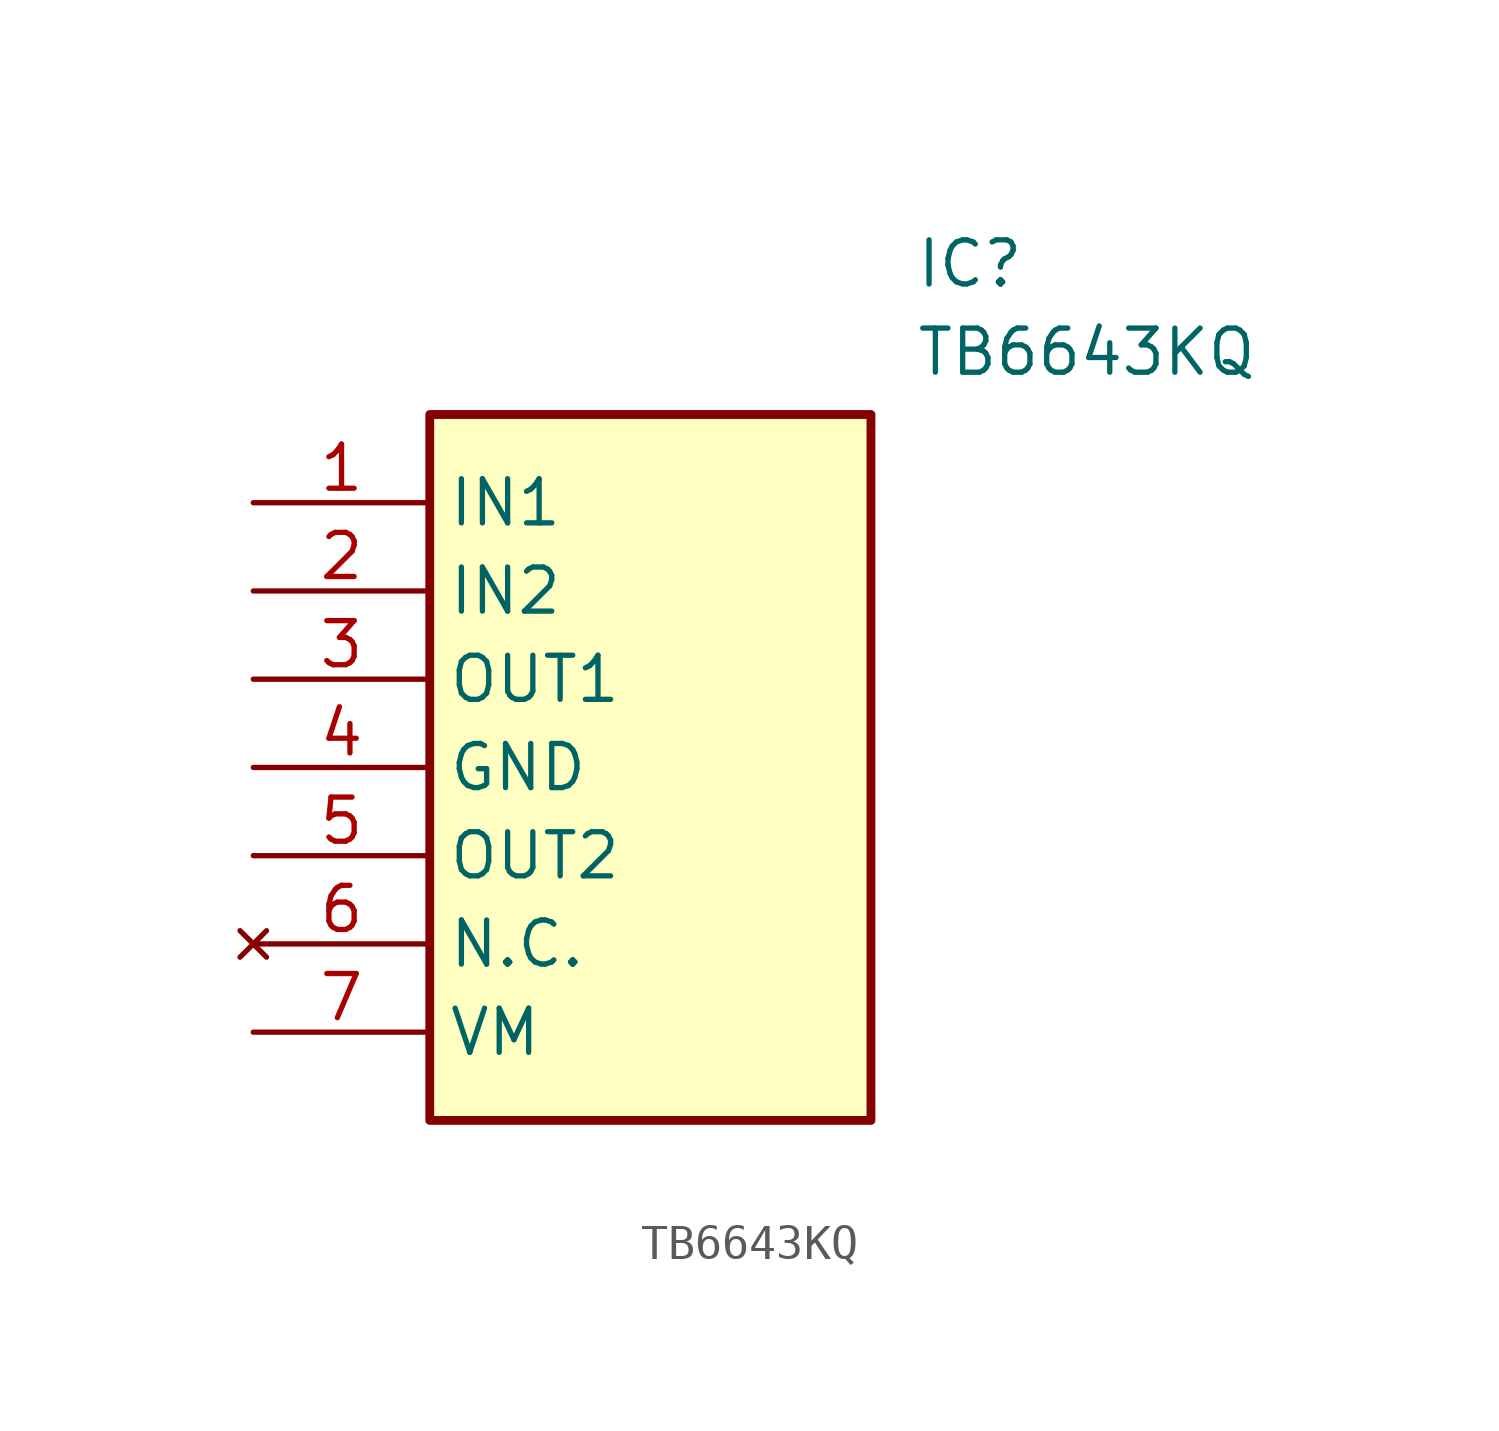
<source format=kicad_sym>
(kicad_symbol_lib
  (version 20211014)
  (generator SamacSys_ECAD_Model)
  (symbol "TB6643KQ"
    (property "Reference" "IC"
      (at 19.05 7.62 0)
      (effects (font (size 1.27 1.27)) (justify left top)))
    (property "Value" "TB6643KQ"
      (at 19.05 5.08 0)
      (effects (font (size 1.27 1.27)) (justify left top)))
    (rectangle
      (start 5.08 2.54)
      (end 17.78 -17.78)
      (stroke (width 0.254) (type default))
      (fill (type background)))
    (pin passive line
      (at 0 0 0)
      (length 5.08)
      (name "IN1" (effects (font (size 1.27 1.27))))
      (number "1" (effects (font (size 1.27 1.27)))))
    (pin passive line
      (at 0 -2.54 0)
      (length 5.08)
      (name "IN2" (effects (font (size 1.27 1.27))))
      (number "2" (effects (font (size 1.27 1.27)))))
    (pin passive line
      (at 0 -5.08 0)
      (length 5.08)
      (name "OUT1" (effects (font (size 1.27 1.27))))
      (number "3" (effects (font (size 1.27 1.27)))))
    (pin passive line
      (at 0 -7.62 0)
      (length 5.08)
      (name "GND" (effects (font (size 1.27 1.27))))
      (number "4" (effects (font (size 1.27 1.27)))))
    (pin passive line
      (at 0 -10.16 0)
      (length 5.08)
      (name "OUT2" (effects (font (size 1.27 1.27))))
      (number "5" (effects (font (size 1.27 1.27)))))
    (pin no_connect line
      (at 0 -12.7 0)
      (length 5.08)
      (name "N.C." (effects (font (size 1.27 1.27))))
      (number "6" (effects (font (size 1.27 1.27)))))
    (pin passive line
      (at 0 -15.24 0)
      (length 5.08)
      (name "VM" (effects (font (size 1.27 1.27))))
      (number "7" (effects (font (size 1.27 1.27)))))))
</source>
